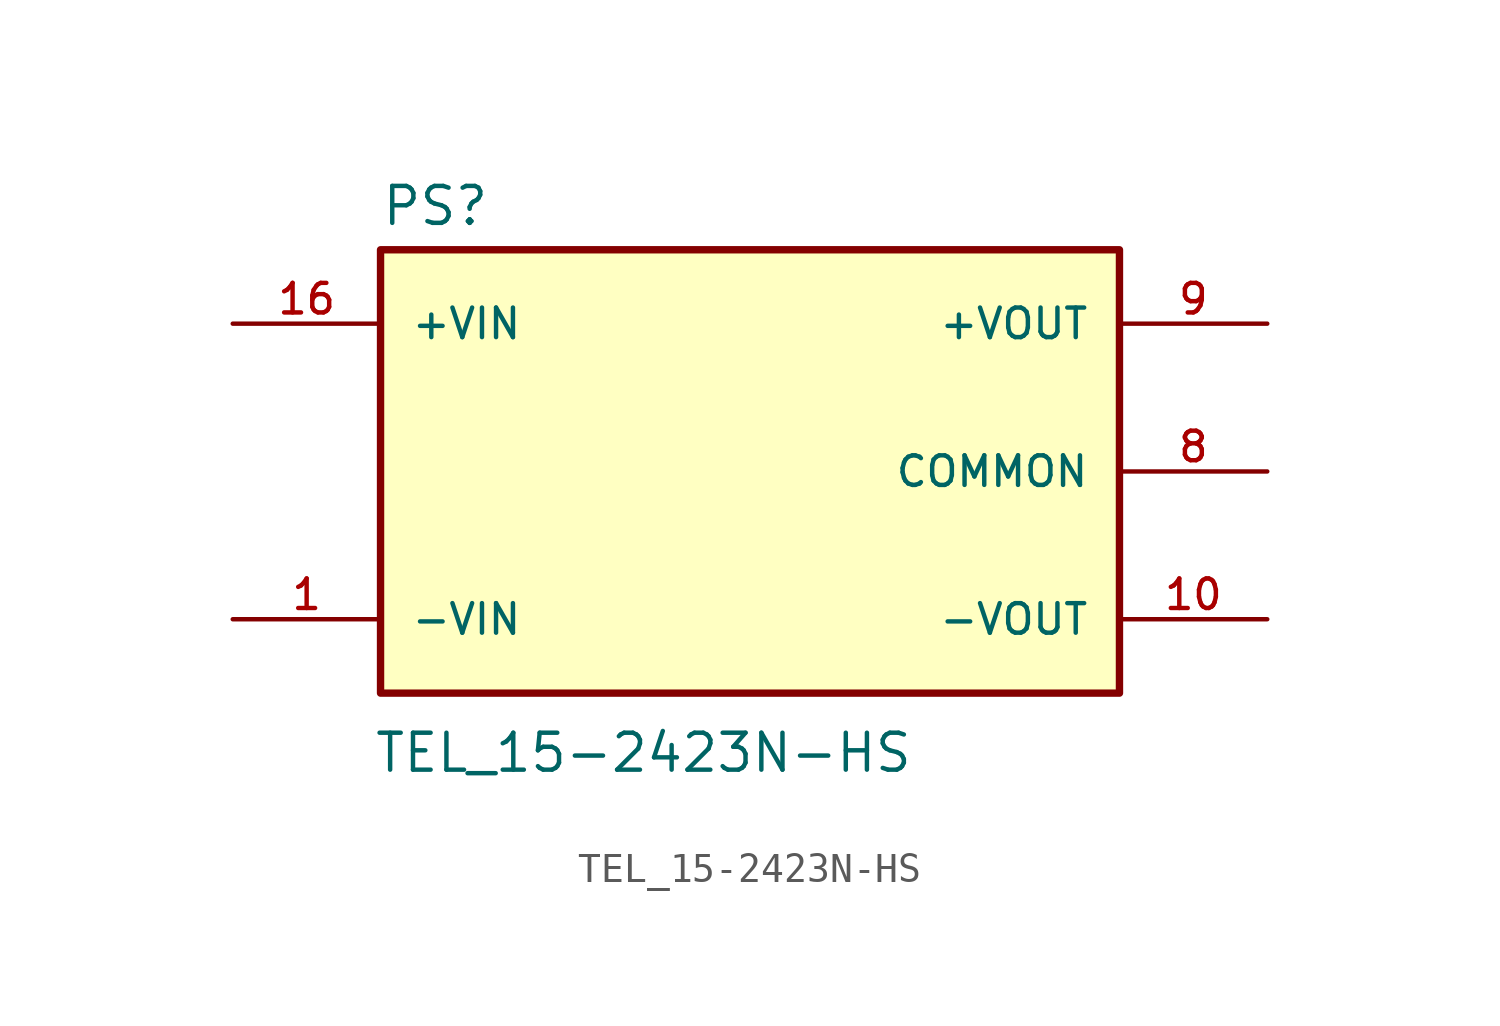
<source format=kicad_sym>
(kicad_symbol_lib
  (version 20211014)
  (generator kicad_symbol_editor)
  (symbol "TEL_15-2423N-HS"
    (pin_names
      (offset 1.016))
    (property "Reference" "PS"
      (at -12.7 8.382 0)
      (effects (font (size 1.27 1.27)) (justify bottom left)))
    (property "Value" "TEL_15-2423N-HS"
      (at -12.954 -10.414 0)
      (effects (font (size 1.27 1.27)) (justify bottom left)))
    (symbol "TEL_15-2423N-HS_0_0"
      (rectangle (start -12.7 -7.62) (end 12.7 7.62) (stroke (width 0.254)) (fill (type background)))
      (pin input line (at -17.78 -5.08 0) (length 5.08) (name "-VIN" (effects (font (size 1.016 1.016)))) (number "1" (effects (font (size 1.016 1.016)))))
      (pin input line (at -17.78 5.08 0) (length 5.08) (name "+VIN" (effects (font (size 1.016 1.016)))) (number "16" (effects (font (size 1.016 1.016)))))
      (pin passive line (at 17.78 0.0 180.0) (length 5.08) (name "COMMON" (effects (font (size 1.016 1.016)))) (number "8" (effects (font (size 1.016 1.016)))))
      (pin output line (at 17.78 -5.08 180.0) (length 5.08) (name "-VOUT" (effects (font (size 1.016 1.016)))) (number "10" (effects (font (size 1.016 1.016)))))
      (pin output line (at 17.78 5.08 180.0) (length 5.08) (name "+VOUT" (effects (font (size 1.016 1.016)))) (number "9" (effects (font (size 1.016 1.016))))))))
</source>
